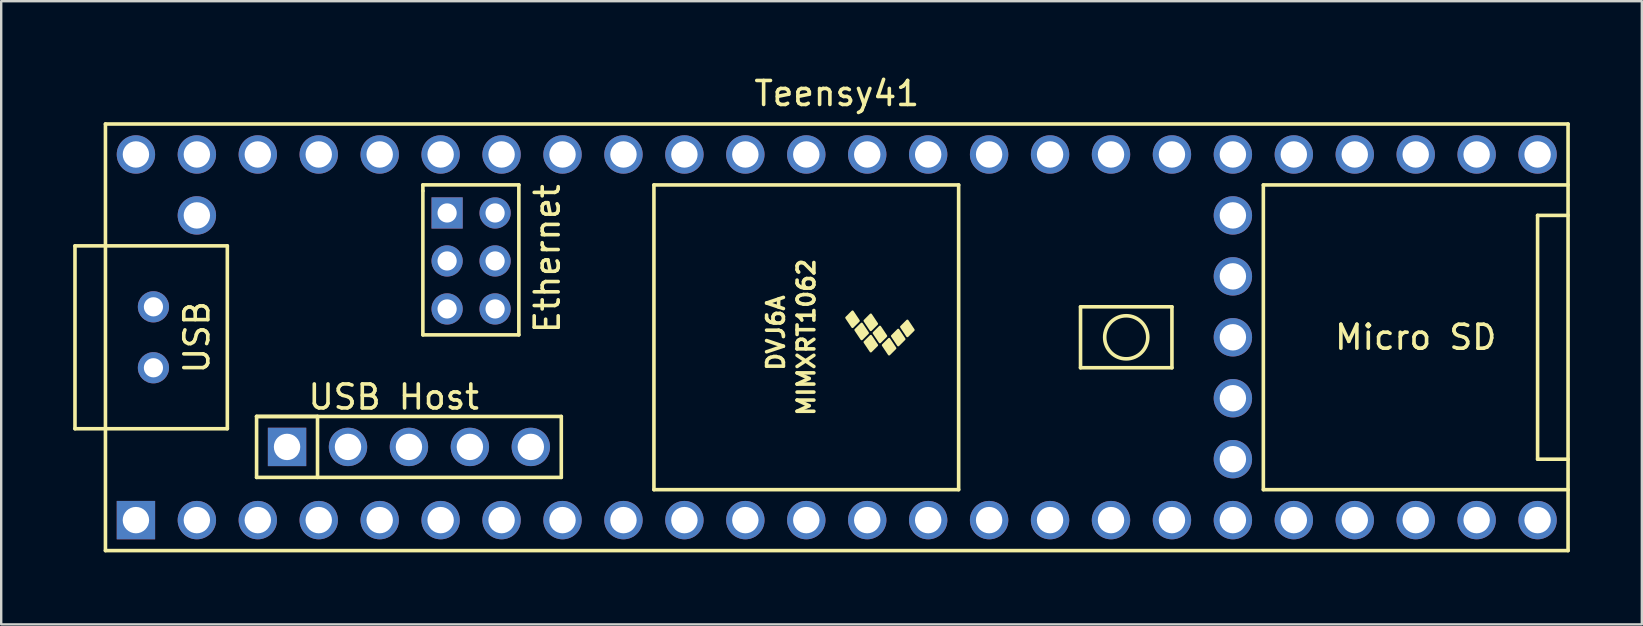
<source format=kicad_pcb>
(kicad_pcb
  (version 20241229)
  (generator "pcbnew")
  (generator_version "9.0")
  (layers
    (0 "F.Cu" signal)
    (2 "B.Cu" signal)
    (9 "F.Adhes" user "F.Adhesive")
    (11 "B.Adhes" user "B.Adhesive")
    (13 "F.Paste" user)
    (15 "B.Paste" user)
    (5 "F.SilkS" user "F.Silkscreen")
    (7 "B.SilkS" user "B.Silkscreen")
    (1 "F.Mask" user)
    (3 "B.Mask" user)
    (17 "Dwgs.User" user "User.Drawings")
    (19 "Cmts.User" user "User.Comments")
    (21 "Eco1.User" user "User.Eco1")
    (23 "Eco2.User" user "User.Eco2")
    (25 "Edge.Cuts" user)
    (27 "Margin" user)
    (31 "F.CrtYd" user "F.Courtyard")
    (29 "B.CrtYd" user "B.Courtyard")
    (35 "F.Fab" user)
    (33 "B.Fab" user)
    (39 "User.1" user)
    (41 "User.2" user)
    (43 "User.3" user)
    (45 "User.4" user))
  (footprint "Teensy41"
    (layer "F.Cu")
    (at 31.825 11.008)
    (property "Reference" "Teensy41" (at 0 -10.16 0) (layer "F.SilkS") (effects (font (size 1 1) (thickness 0.15))))
    (attr through_hole)
    (fp_line (start -31.75 -3.81) (end -30.48 -3.81) (stroke (width 0.15) (type solid)) (layer "F.SilkS"))
    (fp_line (start -31.75 3.81) (end -31.75 -3.81) (stroke (width 0.15) (type solid)) (layer "F.SilkS"))
    (fp_line (start -30.48 -8.89) (end 30.48 -8.89) (stroke (width 0.15) (type solid)) (layer "F.SilkS"))
    (fp_line (start -30.48 3.81) (end -31.75 3.81) (stroke (width 0.15) (type solid)) (layer "F.SilkS"))
    (fp_line (start -30.48 8.89) (end -30.48 -8.89) (stroke (width 0.15) (type solid)) (layer "F.SilkS"))
    (fp_line (start -25.4 -3.81) (end -30.48 -3.81) (stroke (width 0.15) (type solid)) (layer "F.SilkS"))
    (fp_line (start -25.4 3.81) (end -30.48 3.81) (stroke (width 0.15) (type solid)) (layer "F.SilkS"))
    (fp_line (start -25.4 3.81) (end -25.4 -3.81) (stroke (width 0.15) (type solid)) (layer "F.SilkS"))
    (fp_line (start -24.181 3.299) (end -21.641 3.299) (stroke (width 0.15) (type solid)) (layer "F.SilkS"))
    (fp_line (start -24.181 3.299) (end -11.481 3.299) (stroke (width 0.15) (type solid)) (layer "F.SilkS"))
    (fp_line (start -24.181 5.839) (end -24.181 3.299) (stroke (width 0.15) (type solid)) (layer "F.SilkS"))
    (fp_line (start -21.641 3.299) (end -21.641 5.839) (stroke (width 0.15) (type solid)) (layer "F.SilkS"))
    (fp_line (start -17.25 -6.352) (end -17.25 -6.102) (stroke (width 0.15) (type solid)) (layer "F.SilkS"))
    (fp_line (start -17.25 -6.102) (end -17.25 -0.102) (stroke (width 0.15) (type solid)) (layer "F.SilkS"))
    (fp_line (start -17.25 -0.102) (end -13.25 -0.102) (stroke (width 0.15) (type solid)) (layer "F.SilkS"))
    (fp_line (start -13.25 -6.352) (end -17.25 -6.352) (stroke (width 0.15) (type solid)) (layer "F.SilkS"))
    (fp_line (start -13.25 -0.102) (end -13.25 -6.352) (stroke (width 0.15) (type solid)) (layer "F.SilkS"))
    (fp_line (start -11.481 3.299) (end -11.481 5.839) (stroke (width 0.15) (type solid)) (layer "F.SilkS"))
    (fp_line (start -11.481 5.839) (end -24.181 5.839) (stroke (width 0.15) (type solid)) (layer "F.SilkS"))
    (fp_line (start -7.62 -6.35) (end -7.62 6.35) (stroke (width 0.15) (type solid)) (layer "F.SilkS"))
    (fp_line (start -7.62 6.35) (end 5.08 6.35) (stroke (width 0.15) (type solid)) (layer "F.SilkS"))
    (fp_line (start 5.08 -6.35) (end -7.62 -6.35) (stroke (width 0.15) (type solid)) (layer "F.SilkS"))
    (fp_line (start 5.08 6.35) (end 5.08 -6.35) (stroke (width 0.15) (type solid)) (layer "F.SilkS"))
    (fp_line (start 10.16 -1.27) (end 13.97 -1.27) (stroke (width 0.15) (type solid)) (layer "F.SilkS"))
    (fp_line (start 10.16 1.27) (end 10.16 -1.27) (stroke (width 0.15) (type solid)) (layer "F.SilkS"))
    (fp_line (start 13.97 -1.27) (end 13.97 1.27) (stroke (width 0.15) (type solid)) (layer "F.SilkS"))
    (fp_line (start 13.97 1.27) (end 10.16 1.27) (stroke (width 0.15) (type solid)) (layer "F.SilkS"))
    (fp_line (start 17.78 -6.35) (end 17.78 6.35) (stroke (width 0.15) (type solid)) (layer "F.SilkS"))
    (fp_line (start 17.78 6.35) (end 30.48 6.35) (stroke (width 0.15) (type solid)) (layer "F.SilkS"))
    (fp_line (start 29.21 -5.08) (end 29.21 5.08) (stroke (width 0.15) (type solid)) (layer "F.SilkS"))
    (fp_line (start 29.21 5.08) (end 30.48 5.08) (stroke (width 0.15) (type solid)) (layer "F.SilkS"))
    (fp_line (start 30.48 -8.89) (end 30.48 8.89) (stroke (width 0.15) (type solid)) (layer "F.SilkS"))
    (fp_line (start 30.48 -6.35) (end 17.78 -6.35) (stroke (width 0.15) (type solid)) (layer "F.SilkS"))
    (fp_line (start 30.48 -5.08) (end 29.21 -5.08) (stroke (width 0.15) (type solid)) (layer "F.SilkS"))
    (fp_line (start 30.48 8.89) (end -30.48 8.89) (stroke (width 0.15) (type solid)) (layer "F.SilkS"))
    (fp_circle (center 12.065 0) (end 12.7 -0.635) (stroke (width 0.15) (type solid)) (fill no) (layer "F.SilkS"))
    (fp_poly (pts (xy 0.911 -0.688) (xy 0.657 -0.434) (xy 0.403 -0.815) (xy 0.657 -1.069)) (stroke (width 0.1) (type solid)) (fill yes) (layer "F.SilkS"))
    (fp_poly (pts (xy 1.292 -0.18) (xy 1.038 0.074) (xy 0.784 -0.307) (xy 1.038 -0.561)) (stroke (width 0.1) (type solid)) (fill yes) (layer "F.SilkS"))
    (fp_poly (pts (xy 1.673 -0.561) (xy 1.419 -0.307) (xy 1.165 -0.688) (xy 1.419 -0.942)) (stroke (width 0.1) (type solid)) (fill yes) (layer "F.SilkS"))
    (fp_poly (pts (xy 1.673 0.328) (xy 1.419 0.582) (xy 1.165 0.201) (xy 1.419 -0.053)) (stroke (width 0.1) (type solid)) (fill yes) (layer "F.SilkS"))
    (fp_poly (pts (xy 2.054 -0.053) (xy 1.8 0.201) (xy 1.546 -0.18) (xy 1.8 -0.434)) (stroke (width 0.1) (type solid)) (fill yes) (layer "F.SilkS"))
    (fp_poly (pts (xy 2.435 0.455) (xy 2.181 0.709) (xy 1.927 0.328) (xy 2.181 0.074)) (stroke (width 0.1) (type solid)) (fill yes) (layer "F.SilkS"))
    (fp_poly (pts (xy 2.816 0.074) (xy 2.562 0.328) (xy 2.308 -0.053) (xy 2.562 -0.307)) (stroke (width 0.1) (type solid)) (fill yes) (layer "F.SilkS"))
    (fp_poly (pts (xy 3.197 -0.307) (xy 2.943 -0.053) (xy 2.689 -0.434) (xy 2.943 -0.688)) (stroke (width 0.1) (type solid)) (fill yes) (layer "F.SilkS"))
    (fp_text user "MIMXRT1062" (at -1.27 0 270) (layer "F.SilkS") (effects (font (size 0.7 0.7) (thickness 0.15))))
    (fp_text user "USB Host" (at -18.466 2.489 0) (layer "F.SilkS") (effects (font (size 1 1) (thickness 0.15))))
    (fp_text user "Micro SD" (at 24.13 0 0) (layer "F.SilkS") (effects (font (size 1 1) (thickness 0.15))))
    (fp_text user "DVJ6A" (at -2.54 -0.18 270) (layer "F.SilkS") (effects (font (size 0.7 0.7) (thickness 0.15))))
    (fp_text user "USB" (at -26.67 0 270) (layer "F.SilkS") (effects (font (size 1 1) (thickness 0.15))))
    (fp_text user "Ethernet" (at -12.065 -3.277 90) (layer "F.SilkS") (effects (font (size 1 1) (thickness 0.15))))
    (pad "1" thru_hole rect (at -29.21 7.62) (size 1.6 1.6) (drill 1.1) (layers "*.Cu" "*.Mask"))
    (pad "2" thru_hole circle (at -26.67 7.62) (size 1.6 1.6) (drill 1.1) (layers "*.Cu" "*.Mask"))
    (pad "3" thru_hole circle (at -24.13 7.62) (size 1.6 1.6) (drill 1.1) (layers "*.Cu" "*.Mask"))
    (pad "4" thru_hole circle (at -21.59 7.62) (size 1.6 1.6) (drill 1.1) (layers "*.Cu" "*.Mask"))
    (pad "5" thru_hole circle (at -19.05 7.62) (size 1.6 1.6) (drill 1.1) (layers "*.Cu" "*.Mask"))
    (pad "6" thru_hole circle (at -16.51 7.62) (size 1.6 1.6) (drill 1.1) (layers "*.Cu" "*.Mask"))
    (pad "7" thru_hole circle (at -13.97 7.62) (size 1.6 1.6) (drill 1.1) (layers "*.Cu" "*.Mask"))
    (pad "8" thru_hole circle (at -11.43 7.62) (size 1.6 1.6) (drill 1.1) (layers "*.Cu" "*.Mask"))
    (pad "9" thru_hole circle (at -8.89 7.62) (size 1.6 1.6) (drill 1.1) (layers "*.Cu" "*.Mask"))
    (pad "10" thru_hole circle (at -6.35 7.62) (size 1.6 1.6) (drill 1.1) (layers "*.Cu" "*.Mask"))
    (pad "11" thru_hole circle (at -3.81 7.62) (size 1.6 1.6) (drill 1.1) (layers "*.Cu" "*.Mask"))
    (pad "12" thru_hole circle (at -1.27 7.62) (size 1.6 1.6) (drill 1.1) (layers "*.Cu" "*.Mask"))
    (pad "13" thru_hole circle (at 1.27 7.62) (size 1.6 1.6) (drill 1.1) (layers "*.Cu" "*.Mask"))
    (pad "14" thru_hole circle (at 3.81 7.62) (size 1.6 1.6) (drill 1.1) (layers "*.Cu" "*.Mask"))
    (pad "15" thru_hole circle (at 6.35 7.62) (size 1.6 1.6) (drill 1.1) (layers "*.Cu" "*.Mask"))
    (pad "16" thru_hole circle (at 8.89 7.62) (size 1.6 1.6) (drill 1.1) (layers "*.Cu" "*.Mask"))
    (pad "17" thru_hole circle (at 11.43 7.62) (size 1.6 1.6) (drill 1.1) (layers "*.Cu" "*.Mask"))
    (pad "18" thru_hole circle (at 13.97 7.62) (size 1.6 1.6) (drill 1.1) (layers "*.Cu" "*.Mask"))
    (pad "19" thru_hole circle (at 16.51 7.62) (size 1.6 1.6) (drill 1.1) (layers "*.Cu" "*.Mask"))
    (pad "20" thru_hole circle (at 19.05 7.62) (size 1.6 1.6) (drill 1.1) (layers "*.Cu" "*.Mask"))
    (pad "21" thru_hole circle (at 21.59 7.62) (size 1.6 1.6) (drill 1.1) (layers "*.Cu" "*.Mask"))
    (pad "22" thru_hole circle (at 24.13 7.62) (size 1.6 1.6) (drill 1.1) (layers "*.Cu" "*.Mask"))
    (pad "23" thru_hole circle (at 26.67 7.62) (size 1.6 1.6) (drill 1.1) (layers "*.Cu" "*.Mask"))
    (pad "24" thru_hole circle (at 29.21 7.62) (size 1.6 1.6) (drill 1.1) (layers "*.Cu" "*.Mask"))
    (pad "25" thru_hole circle (at 29.21 -7.62) (size 1.6 1.6) (drill 1.1) (layers "*.Cu" "*.Mask"))
    (pad "26" thru_hole circle (at 26.67 -7.62) (size 1.6 1.6) (drill 1.1) (layers "*.Cu" "*.Mask"))
    (pad "27" thru_hole circle (at 24.13 -7.62) (size 1.6 1.6) (drill 1.1) (layers "*.Cu" "*.Mask"))
    (pad "28" thru_hole circle (at 21.59 -7.62) (size 1.6 1.6) (drill 1.1) (layers "*.Cu" "*.Mask"))
    (pad "29" thru_hole circle (at 19.05 -7.62) (size 1.6 1.6) (drill 1.1) (layers "*.Cu" "*.Mask"))
    (pad "30" thru_hole circle (at 16.51 -7.62) (size 1.6 1.6) (drill 1.1) (layers "*.Cu" "*.Mask"))
    (pad "31" thru_hole circle (at 13.97 -7.62) (size 1.6 1.6) (drill 1.1) (layers "*.Cu" "*.Mask"))
    (pad "32" thru_hole circle (at 11.43 -7.62) (size 1.6 1.6) (drill 1.1) (layers "*.Cu" "*.Mask"))
    (pad "33" thru_hole circle (at 8.89 -7.62) (size 1.6 1.6) (drill 1.1) (layers "*.Cu" "*.Mask"))
    (pad "34" thru_hole circle (at 6.35 -7.62) (size 1.6 1.6) (drill 1.1) (layers "*.Cu" "*.Mask"))
    (pad "35" thru_hole circle (at 3.81 -7.62) (size 1.6 1.6) (drill 1.1) (layers "*.Cu" "*.Mask"))
    (pad "36" thru_hole circle (at 1.27 -7.62) (size 1.6 1.6) (drill 1.1) (layers "*.Cu" "*.Mask"))
    (pad "37" thru_hole circle (at -1.27 -7.62) (size 1.6 1.6) (drill 1.1) (layers "*.Cu" "*.Mask"))
    (pad "38" thru_hole circle (at -3.81 -7.62) (size 1.6 1.6) (drill 1.1) (layers "*.Cu" "*.Mask"))
    (pad "39" thru_hole circle (at -6.35 -7.62) (size 1.6 1.6) (drill 1.1) (layers "*.Cu" "*.Mask"))
    (pad "40" thru_hole circle (at -8.89 -7.62) (size 1.6 1.6) (drill 1.1) (layers "*.Cu" "*.Mask"))
    (pad "41" thru_hole circle (at -11.43 -7.62) (size 1.6 1.6) (drill 1.1) (layers "*.Cu" "*.Mask"))
    (pad "42" thru_hole circle (at -13.97 -7.62) (size 1.6 1.6) (drill 1.1) (layers "*.Cu" "*.Mask"))
    (pad "43" thru_hole circle (at -16.51 -7.62) (size 1.6 1.6) (drill 1.1) (layers "*.Cu" "*.Mask"))
    (pad "44" thru_hole circle (at -19.05 -7.62) (size 1.6 1.6) (drill 1.1) (layers "*.Cu" "*.Mask"))
    (pad "45" thru_hole circle (at -21.59 -7.62) (size 1.6 1.6) (drill 1.1) (layers "*.Cu" "*.Mask"))
    (pad "46" thru_hole circle (at -24.13 -7.62) (size 1.6 1.6) (drill 1.1) (layers "*.Cu" "*.Mask"))
    (pad "47" thru_hole circle (at -26.67 -7.62) (size 1.6 1.6) (drill 1.1) (layers "*.Cu" "*.Mask"))
    (pad "48" thru_hole circle (at -29.21 -7.62) (size 1.6 1.6) (drill 1.1) (layers "*.Cu" "*.Mask"))
    (pad "49" thru_hole circle (at -26.67 -5.08) (size 1.6 1.6) (drill 1.1) (layers "*.Cu" "*.Mask"))
    (pad "50" thru_hole circle (at 16.51 5.08) (size 1.6 1.6) (drill 1.1) (layers "*.Cu" "*.Mask"))
    (pad "51" thru_hole circle (at 16.51 2.54) (size 1.6 1.6) (drill 1.1) (layers "*.Cu" "*.Mask"))
    (pad "52" thru_hole circle (at 16.51 0) (size 1.6 1.6) (drill 1.1) (layers "*.Cu" "*.Mask"))
    (pad "53" thru_hole circle (at 16.51 -2.54) (size 1.6 1.6) (drill 1.1) (layers "*.Cu" "*.Mask"))
    (pad "54" thru_hole circle (at 16.51 -5.08) (size 1.6 1.6) (drill 1.1) (layers "*.Cu" "*.Mask"))
    (pad "55" thru_hole rect (at -22.911 4.569) (size 1.6 1.6) (drill 1.1) (layers "*.Cu" "*.Mask"))
    (pad "56" thru_hole circle (at -20.371 4.569) (size 1.6 1.6) (drill 1.1) (layers "*.Cu" "*.Mask"))
    (pad "57" thru_hole circle (at -17.831 4.569) (size 1.6 1.6) (drill 1.1) (layers "*.Cu" "*.Mask"))
    (pad "58" thru_hole circle (at -15.291 4.569) (size 1.6 1.6) (drill 1.1) (layers "*.Cu" "*.Mask"))
    (pad "59" thru_hole circle (at -12.751 4.569) (size 1.6 1.6) (drill 1.1) (layers "*.Cu" "*.Mask"))
    (pad "60" thru_hole rect (at -16.24 -5.182) (size 1.3 1.3) (drill 0.8) (layers "*.Cu" "*.Mask"))
    (pad "61" thru_hole circle (at -16.24 -3.182) (size 1.3 1.3) (drill 0.8) (layers "*.Cu" "*.Mask"))
    (pad "62" thru_hole circle (at -16.24 -1.182) (size 1.3 1.3) (drill 0.8) (layers "*.Cu" "*.Mask"))
    (pad "63" thru_hole circle (at -14.24 -1.182) (size 1.3 1.3) (drill 0.8) (layers "*.Cu" "*.Mask"))
    (pad "64" thru_hole circle (at -14.24 -3.182) (size 1.3 1.3) (drill 0.8) (layers "*.Cu" "*.Mask"))
    (pad "65" thru_hole circle (at -14.24 -5.182) (size 1.3 1.3) (drill 0.8) (layers "*.Cu" "*.Mask"))
    (pad "66" thru_hole circle (at -28.48 -1.27) (size 1.3 1.3) (drill 0.8) (layers "*.Cu" "*.Mask"))
    (pad "67" thru_hole circle (at -28.48 1.27) (size 1.3 1.3) (drill 0.8) (layers "*.Cu" "*.Mask")))
  (gr_rect
    (start -3 -3)
    (end 65.38 22.973)
    (stroke (width 0.1) (type default))
    (fill no)
    (layer "Edge.Cuts")))
</source>
